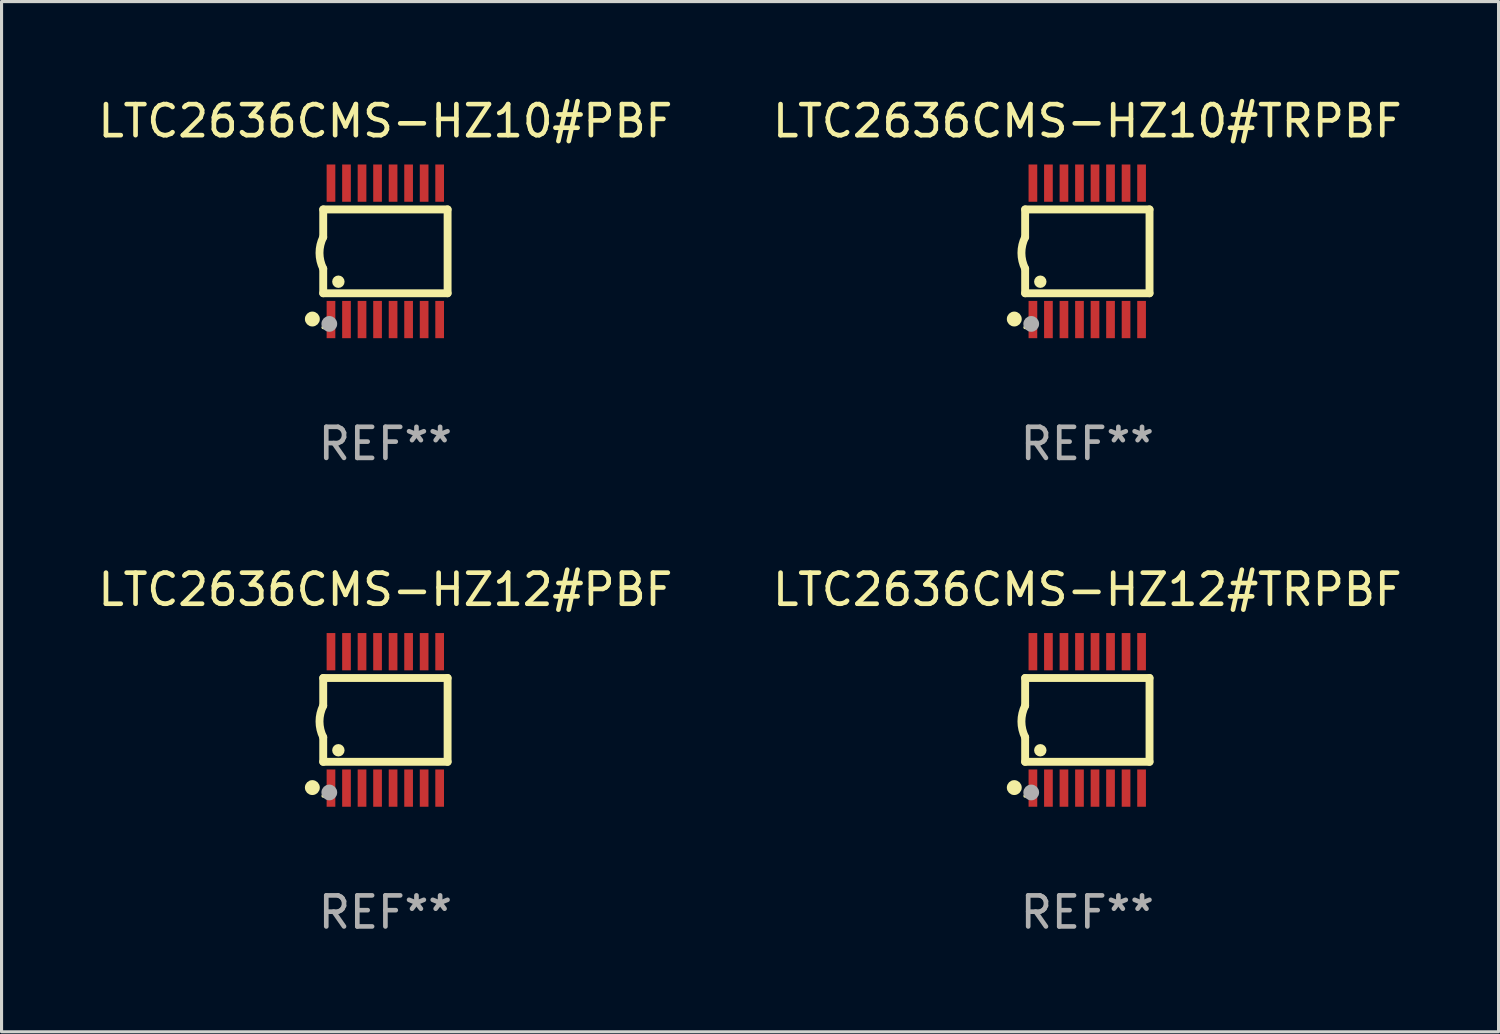
<source format=kicad_pcb>
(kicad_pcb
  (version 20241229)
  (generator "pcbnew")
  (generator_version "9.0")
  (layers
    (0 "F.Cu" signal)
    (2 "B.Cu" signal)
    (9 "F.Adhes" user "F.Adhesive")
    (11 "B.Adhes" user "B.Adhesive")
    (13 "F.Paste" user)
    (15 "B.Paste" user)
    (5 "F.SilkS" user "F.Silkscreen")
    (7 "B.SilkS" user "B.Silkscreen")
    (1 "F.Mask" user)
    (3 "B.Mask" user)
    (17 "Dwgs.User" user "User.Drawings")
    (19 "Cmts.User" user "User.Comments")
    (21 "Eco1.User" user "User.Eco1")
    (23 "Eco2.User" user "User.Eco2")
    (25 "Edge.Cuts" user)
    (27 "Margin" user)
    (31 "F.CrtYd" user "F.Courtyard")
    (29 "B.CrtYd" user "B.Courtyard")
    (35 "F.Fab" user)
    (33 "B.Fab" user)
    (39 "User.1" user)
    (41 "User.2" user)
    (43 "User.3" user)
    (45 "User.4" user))
  (footprint "LTC2636CMS-HZ12#PBF"
    (layer "F.Cu")
    (at 9.363 20.136)
    (property "Reference" "LTC2636CMS-HZ12#PBF" (at 0 -4.197 0) (layer "F.SilkS") (effects (font (size 1 1) (thickness 0.15))))
    (attr through_hole)
    (fp_line (start -2.003 -1.35) (end -2.003 -0.457) (stroke (width 0.254) (type solid)) (layer "F.SilkS"))
    (fp_line (start -2.003 -1.35) (end 2.003 -1.35) (stroke (width 0.254) (type solid)) (layer "F.SilkS"))
    (fp_line (start -2.003 1.35) (end -2.003 0.559) (stroke (width 0.254) (type solid)) (layer "F.SilkS"))
    (fp_line (start -2.003 1.35) (end 2.003 1.35) (stroke (width 0.254) (type solid)) (layer "F.SilkS"))
    (fp_line (start 2.003 -1.35) (end 2.003 1.35) (stroke (width 0.254) (type solid)) (layer "F.SilkS"))
    (fp_arc (start -2.002286 0.558802) (mid -2.122556 0.05092) (end -2.003302 -0.457201) (stroke (width 0.254001) (type solid)) (layer "F.SilkS"))
    (fp_circle (center -2.353 2.18) (end -2.233 2.18) (stroke (width 0.24) (type solid)) (fill no) (layer "F.SilkS"))
    (fp_circle (center -2.003 2.45) (end -1.973 2.45) (stroke (width 0.06) (type solid)) (fill no) (layer "F.SilkS"))
    (fp_circle (center -1.515 0.978) (end -1.415 0.978) (stroke (width 0.2) (type solid)) (fill no) (layer "F.SilkS"))
    (fp_circle (center -1.807 2.337) (end -1.68 2.337) (stroke (width 0.254) (type solid)) (fill no) (layer "F.Fab"))
    (fp_text user "REF**" (at 0 6.197 0) (layer "F.Fab") (effects (font (size 1 1) (thickness 0.15))))
    (pad "1" smd rect (at -1.753 2.197 90) (size 1.2 0.28) (layers "F.Cu" "F.Mask" "F.Paste"))
    (pad "2" smd rect (at -1.253 2.197 90) (size 1.2 0.28) (layers "F.Cu" "F.Mask" "F.Paste"))
    (pad "3" smd rect (at -0.753 2.197 90) (size 1.2 0.28) (layers "F.Cu" "F.Mask" "F.Paste"))
    (pad "4" smd rect (at -0.253 2.197 90) (size 1.2 0.28) (layers "F.Cu" "F.Mask" "F.Paste"))
    (pad "5" smd rect (at 0.247 2.197 90) (size 1.2 0.28) (layers "F.Cu" "F.Mask" "F.Paste"))
    (pad "6" smd rect (at 0.747 2.197 90) (size 1.2 0.28) (layers "F.Cu" "F.Mask" "F.Paste"))
    (pad "7" smd rect (at 1.247 2.197 90) (size 1.2 0.28) (layers "F.Cu" "F.Mask" "F.Paste"))
    (pad "8" smd rect (at 1.747 2.197 90) (size 1.2 0.28) (layers "F.Cu" "F.Mask" "F.Paste"))
    (pad "9" smd rect (at 1.747 -2.197 90) (size 1.2 0.28) (layers "F.Cu" "F.Mask" "F.Paste"))
    (pad "10" smd rect (at 1.247 -2.197 90) (size 1.2 0.28) (layers "F.Cu" "F.Mask" "F.Paste"))
    (pad "11" smd rect (at 0.747 -2.197 90) (size 1.2 0.28) (layers "F.Cu" "F.Mask" "F.Paste"))
    (pad "12" smd rect (at 0.247 -2.197 90) (size 1.2 0.28) (layers "F.Cu" "F.Mask" "F.Paste"))
    (pad "13" smd rect (at -0.253 -2.197 90) (size 1.2 0.28) (layers "F.Cu" "F.Mask" "F.Paste"))
    (pad "14" smd rect (at -0.753 -2.197 90) (size 1.2 0.28) (layers "F.Cu" "F.Mask" "F.Paste"))
    (pad "15" smd rect (at -1.253 -2.197 90) (size 1.2 0.28) (layers "F.Cu" "F.Mask" "F.Paste"))
    (pad "16" smd rect (at -1.753 -2.197 90) (size 1.2 0.28) (layers "F.Cu" "F.Mask" "F.Paste")))
  (footprint "LTC2636CMS-HZ10#PBF"
    (layer "F.Cu")
    (at 9.363 5.045)
    (property "Reference" "LTC2636CMS-HZ10#PBF" (at 0 -4.197 0) (layer "F.SilkS") (effects (font (size 1 1) (thickness 0.15))))
    (attr through_hole)
    (fp_line (start -2.003 -1.35) (end -2.003 -0.457) (stroke (width 0.254) (type solid)) (layer "F.SilkS"))
    (fp_line (start -2.003 -1.35) (end 2.003 -1.35) (stroke (width 0.254) (type solid)) (layer "F.SilkS"))
    (fp_line (start -2.003 1.35) (end -2.003 0.559) (stroke (width 0.254) (type solid)) (layer "F.SilkS"))
    (fp_line (start -2.003 1.35) (end 2.003 1.35) (stroke (width 0.254) (type solid)) (layer "F.SilkS"))
    (fp_line (start 2.003 -1.35) (end 2.003 1.35) (stroke (width 0.254) (type solid)) (layer "F.SilkS"))
    (fp_arc (start -2.002286 0.558802) (mid -2.122556 0.05092) (end -2.003302 -0.457201) (stroke (width 0.254001) (type solid)) (layer "F.SilkS"))
    (fp_circle (center -2.353 2.18) (end -2.233 2.18) (stroke (width 0.24) (type solid)) (fill no) (layer "F.SilkS"))
    (fp_circle (center -2.003 2.45) (end -1.973 2.45) (stroke (width 0.06) (type solid)) (fill no) (layer "F.SilkS"))
    (fp_circle (center -1.515 0.978) (end -1.415 0.978) (stroke (width 0.2) (type solid)) (fill no) (layer "F.SilkS"))
    (fp_circle (center -1.807 2.337) (end -1.68 2.337) (stroke (width 0.254) (type solid)) (fill no) (layer "F.Fab"))
    (fp_text user "REF**" (at 0 6.197 0) (layer "F.Fab") (effects (font (size 1 1) (thickness 0.15))))
    (pad "1" smd rect (at -1.753 2.197 90) (size 1.2 0.28) (layers "F.Cu" "F.Mask" "F.Paste"))
    (pad "2" smd rect (at -1.253 2.197 90) (size 1.2 0.28) (layers "F.Cu" "F.Mask" "F.Paste"))
    (pad "3" smd rect (at -0.753 2.197 90) (size 1.2 0.28) (layers "F.Cu" "F.Mask" "F.Paste"))
    (pad "4" smd rect (at -0.253 2.197 90) (size 1.2 0.28) (layers "F.Cu" "F.Mask" "F.Paste"))
    (pad "5" smd rect (at 0.247 2.197 90) (size 1.2 0.28) (layers "F.Cu" "F.Mask" "F.Paste"))
    (pad "6" smd rect (at 0.747 2.197 90) (size 1.2 0.28) (layers "F.Cu" "F.Mask" "F.Paste"))
    (pad "7" smd rect (at 1.247 2.197 90) (size 1.2 0.28) (layers "F.Cu" "F.Mask" "F.Paste"))
    (pad "8" smd rect (at 1.747 2.197 90) (size 1.2 0.28) (layers "F.Cu" "F.Mask" "F.Paste"))
    (pad "9" smd rect (at 1.747 -2.197 90) (size 1.2 0.28) (layers "F.Cu" "F.Mask" "F.Paste"))
    (pad "10" smd rect (at 1.247 -2.197 90) (size 1.2 0.28) (layers "F.Cu" "F.Mask" "F.Paste"))
    (pad "11" smd rect (at 0.747 -2.197 90) (size 1.2 0.28) (layers "F.Cu" "F.Mask" "F.Paste"))
    (pad "12" smd rect (at 0.247 -2.197 90) (size 1.2 0.28) (layers "F.Cu" "F.Mask" "F.Paste"))
    (pad "13" smd rect (at -0.253 -2.197 90) (size 1.2 0.28) (layers "F.Cu" "F.Mask" "F.Paste"))
    (pad "14" smd rect (at -0.753 -2.197 90) (size 1.2 0.28) (layers "F.Cu" "F.Mask" "F.Paste"))
    (pad "15" smd rect (at -1.253 -2.197 90) (size 1.2 0.28) (layers "F.Cu" "F.Mask" "F.Paste"))
    (pad "16" smd rect (at -1.753 -2.197 90) (size 1.2 0.28) (layers "F.Cu" "F.Mask" "F.Paste")))
  (footprint "LTC2636CMS-HZ10#TRPBF"
    (layer "F.Cu")
    (at 31.97 5.045)
    (property "Reference" "LTC2636CMS-HZ10#TRPBF" (at 0 -4.197 0) (layer "F.SilkS") (effects (font (size 1 1) (thickness 0.15))))
    (attr through_hole)
    (fp_line (start -2.003 -1.35) (end -2.003 -0.457) (stroke (width 0.254) (type solid)) (layer "F.SilkS"))
    (fp_line (start -2.003 -1.35) (end 2.003 -1.35) (stroke (width 0.254) (type solid)) (layer "F.SilkS"))
    (fp_line (start -2.003 1.35) (end -2.003 0.559) (stroke (width 0.254) (type solid)) (layer "F.SilkS"))
    (fp_line (start -2.003 1.35) (end 2.003 1.35) (stroke (width 0.254) (type solid)) (layer "F.SilkS"))
    (fp_line (start 2.003 -1.35) (end 2.003 1.35) (stroke (width 0.254) (type solid)) (layer "F.SilkS"))
    (fp_arc (start -2.002286 0.558802) (mid -2.122556 0.05092) (end -2.003302 -0.457201) (stroke (width 0.254001) (type solid)) (layer "F.SilkS"))
    (fp_circle (center -2.353 2.18) (end -2.233 2.18) (stroke (width 0.24) (type solid)) (fill no) (layer "F.SilkS"))
    (fp_circle (center -2.003 2.45) (end -1.973 2.45) (stroke (width 0.06) (type solid)) (fill no) (layer "F.SilkS"))
    (fp_circle (center -1.515 0.978) (end -1.415 0.978) (stroke (width 0.2) (type solid)) (fill no) (layer "F.SilkS"))
    (fp_circle (center -1.807 2.337) (end -1.68 2.337) (stroke (width 0.254) (type solid)) (fill no) (layer "F.Fab"))
    (fp_text user "REF**" (at 0 6.197 0) (layer "F.Fab") (effects (font (size 1 1) (thickness 0.15))))
    (pad "1" smd rect (at -1.753 2.197 90) (size 1.2 0.28) (layers "F.Cu" "F.Mask" "F.Paste"))
    (pad "2" smd rect (at -1.253 2.197 90) (size 1.2 0.28) (layers "F.Cu" "F.Mask" "F.Paste"))
    (pad "3" smd rect (at -0.753 2.197 90) (size 1.2 0.28) (layers "F.Cu" "F.Mask" "F.Paste"))
    (pad "4" smd rect (at -0.253 2.197 90) (size 1.2 0.28) (layers "F.Cu" "F.Mask" "F.Paste"))
    (pad "5" smd rect (at 0.247 2.197 90) (size 1.2 0.28) (layers "F.Cu" "F.Mask" "F.Paste"))
    (pad "6" smd rect (at 0.747 2.197 90) (size 1.2 0.28) (layers "F.Cu" "F.Mask" "F.Paste"))
    (pad "7" smd rect (at 1.247 2.197 90) (size 1.2 0.28) (layers "F.Cu" "F.Mask" "F.Paste"))
    (pad "8" smd rect (at 1.747 2.197 90) (size 1.2 0.28) (layers "F.Cu" "F.Mask" "F.Paste"))
    (pad "9" smd rect (at 1.747 -2.197 90) (size 1.2 0.28) (layers "F.Cu" "F.Mask" "F.Paste"))
    (pad "10" smd rect (at 1.247 -2.197 90) (size 1.2 0.28) (layers "F.Cu" "F.Mask" "F.Paste"))
    (pad "11" smd rect (at 0.747 -2.197 90) (size 1.2 0.28) (layers "F.Cu" "F.Mask" "F.Paste"))
    (pad "12" smd rect (at 0.247 -2.197 90) (size 1.2 0.28) (layers "F.Cu" "F.Mask" "F.Paste"))
    (pad "13" smd rect (at -0.253 -2.197 90) (size 1.2 0.28) (layers "F.Cu" "F.Mask" "F.Paste"))
    (pad "14" smd rect (at -0.753 -2.197 90) (size 1.2 0.28) (layers "F.Cu" "F.Mask" "F.Paste"))
    (pad "15" smd rect (at -1.253 -2.197 90) (size 1.2 0.28) (layers "F.Cu" "F.Mask" "F.Paste"))
    (pad "16" smd rect (at -1.753 -2.197 90) (size 1.2 0.28) (layers "F.Cu" "F.Mask" "F.Paste")))
  (footprint "LTC2636CMS-HZ12#TRPBF"
    (layer "F.Cu")
    (at 31.97 20.136)
    (property "Reference" "LTC2636CMS-HZ12#TRPBF" (at 0 -4.197 0) (layer "F.SilkS") (effects (font (size 1 1) (thickness 0.15))))
    (attr through_hole)
    (fp_line (start -2.003 -1.35) (end -2.003 -0.457) (stroke (width 0.254) (type solid)) (layer "F.SilkS"))
    (fp_line (start -2.003 -1.35) (end 2.003 -1.35) (stroke (width 0.254) (type solid)) (layer "F.SilkS"))
    (fp_line (start -2.003 1.35) (end -2.003 0.559) (stroke (width 0.254) (type solid)) (layer "F.SilkS"))
    (fp_line (start -2.003 1.35) (end 2.003 1.35) (stroke (width 0.254) (type solid)) (layer "F.SilkS"))
    (fp_line (start 2.003 -1.35) (end 2.003 1.35) (stroke (width 0.254) (type solid)) (layer "F.SilkS"))
    (fp_arc (start -2.002286 0.558802) (mid -2.122556 0.05092) (end -2.003302 -0.457201) (stroke (width 0.254001) (type solid)) (layer "F.SilkS"))
    (fp_circle (center -2.353 2.18) (end -2.233 2.18) (stroke (width 0.24) (type solid)) (fill no) (layer "F.SilkS"))
    (fp_circle (center -2.003 2.45) (end -1.973 2.45) (stroke (width 0.06) (type solid)) (fill no) (layer "F.SilkS"))
    (fp_circle (center -1.515 0.978) (end -1.415 0.978) (stroke (width 0.2) (type solid)) (fill no) (layer "F.SilkS"))
    (fp_circle (center -1.807 2.337) (end -1.68 2.337) (stroke (width 0.254) (type solid)) (fill no) (layer "F.Fab"))
    (fp_text user "REF**" (at 0 6.197 0) (layer "F.Fab") (effects (font (size 1 1) (thickness 0.15))))
    (pad "1" smd rect (at -1.753 2.197 90) (size 1.2 0.28) (layers "F.Cu" "F.Mask" "F.Paste"))
    (pad "2" smd rect (at -1.253 2.197 90) (size 1.2 0.28) (layers "F.Cu" "F.Mask" "F.Paste"))
    (pad "3" smd rect (at -0.753 2.197 90) (size 1.2 0.28) (layers "F.Cu" "F.Mask" "F.Paste"))
    (pad "4" smd rect (at -0.253 2.197 90) (size 1.2 0.28) (layers "F.Cu" "F.Mask" "F.Paste"))
    (pad "5" smd rect (at 0.247 2.197 90) (size 1.2 0.28) (layers "F.Cu" "F.Mask" "F.Paste"))
    (pad "6" smd rect (at 0.747 2.197 90) (size 1.2 0.28) (layers "F.Cu" "F.Mask" "F.Paste"))
    (pad "7" smd rect (at 1.247 2.197 90) (size 1.2 0.28) (layers "F.Cu" "F.Mask" "F.Paste"))
    (pad "8" smd rect (at 1.747 2.197 90) (size 1.2 0.28) (layers "F.Cu" "F.Mask" "F.Paste"))
    (pad "9" smd rect (at 1.747 -2.197 90) (size 1.2 0.28) (layers "F.Cu" "F.Mask" "F.Paste"))
    (pad "10" smd rect (at 1.247 -2.197 90) (size 1.2 0.28) (layers "F.Cu" "F.Mask" "F.Paste"))
    (pad "11" smd rect (at 0.747 -2.197 90) (size 1.2 0.28) (layers "F.Cu" "F.Mask" "F.Paste"))
    (pad "12" smd rect (at 0.247 -2.197 90) (size 1.2 0.28) (layers "F.Cu" "F.Mask" "F.Paste"))
    (pad "13" smd rect (at -0.253 -2.197 90) (size 1.2 0.28) (layers "F.Cu" "F.Mask" "F.Paste"))
    (pad "14" smd rect (at -0.753 -2.197 90) (size 1.2 0.28) (layers "F.Cu" "F.Mask" "F.Paste"))
    (pad "15" smd rect (at -1.253 -2.197 90) (size 1.2 0.28) (layers "F.Cu" "F.Mask" "F.Paste"))
    (pad "16" smd rect (at -1.753 -2.197 90) (size 1.2 0.28) (layers "F.Cu" "F.Mask" "F.Paste")))
  (gr_rect
    (start -3 -3)
    (end 45.214 30.181)
    (stroke (width 0.1) (type default))
    (fill no)
    (layer "Edge.Cuts")))
</source>
